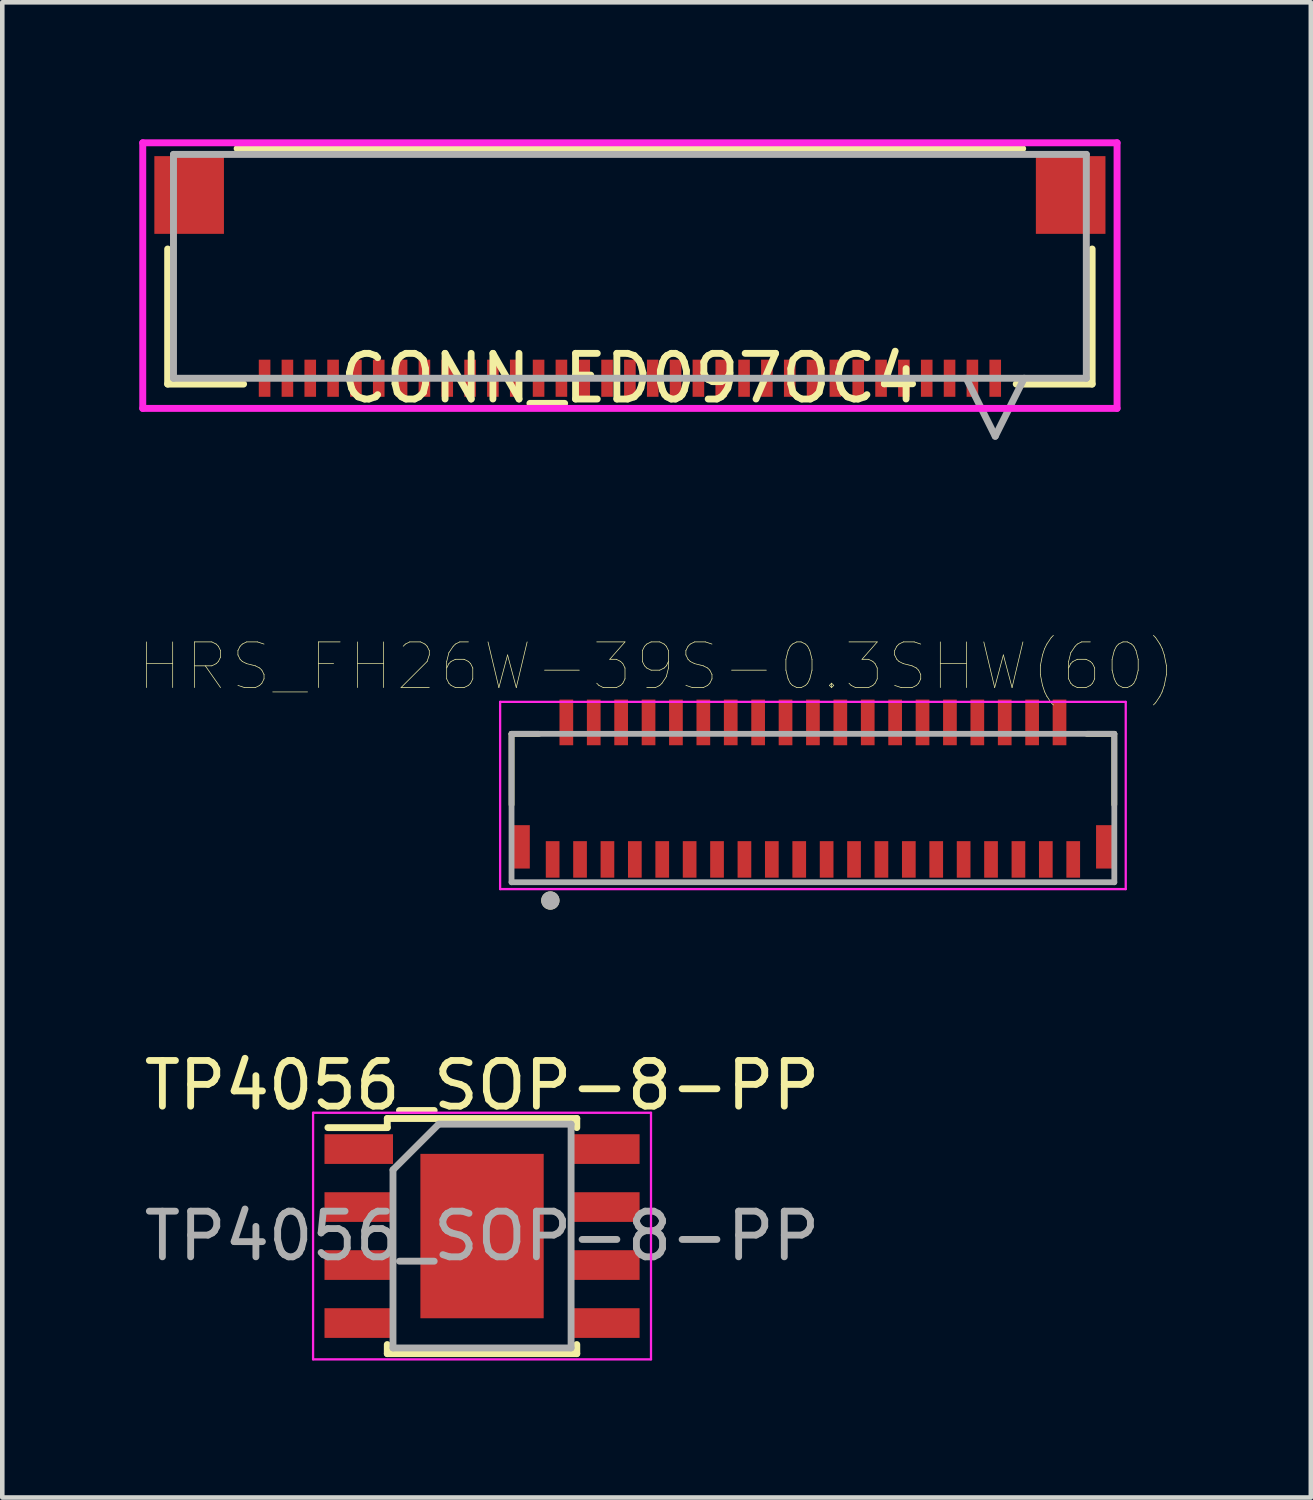
<source format=kicad_pcb>
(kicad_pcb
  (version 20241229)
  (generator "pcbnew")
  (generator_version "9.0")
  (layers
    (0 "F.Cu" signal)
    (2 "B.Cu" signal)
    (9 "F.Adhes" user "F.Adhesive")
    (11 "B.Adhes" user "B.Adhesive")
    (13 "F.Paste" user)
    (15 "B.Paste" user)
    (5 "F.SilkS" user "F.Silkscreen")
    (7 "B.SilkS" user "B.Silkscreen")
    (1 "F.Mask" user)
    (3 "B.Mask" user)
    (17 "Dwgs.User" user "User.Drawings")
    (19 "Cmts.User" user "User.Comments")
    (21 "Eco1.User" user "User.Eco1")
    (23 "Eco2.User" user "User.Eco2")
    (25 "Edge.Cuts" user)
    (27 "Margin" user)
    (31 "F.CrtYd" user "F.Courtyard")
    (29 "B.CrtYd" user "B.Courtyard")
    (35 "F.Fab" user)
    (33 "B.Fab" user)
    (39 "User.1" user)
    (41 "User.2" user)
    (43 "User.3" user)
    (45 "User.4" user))
  (footprint "TP4056_SOP-8-PP"
    (layer "F.Cu")
    (at 7.506 24.018)
    (property "Reference" "TP4056_SOP-8-PP" (at 0 -3.3 0) (layer "F.SilkS") (effects (font (size 1 1) (thickness 0.15))))
    (attr smd)
    (fp_line (start -2.075 -2.575) (end -2.075 -2.375) (stroke (width 0.15) (type solid)) (layer "F.SilkS"))
    (fp_line (start -2.075 -2.575) (end 2.075 -2.575) (stroke (width 0.15) (type solid)) (layer "F.SilkS"))
    (fp_line (start -2.075 -2.375) (end -3.375 -2.375) (stroke (width 0.15) (type solid)) (layer "F.SilkS"))
    (fp_line (start -2.075 2.575) (end -2.075 2.375) (stroke (width 0.15) (type solid)) (layer "F.SilkS"))
    (fp_line (start -2.075 2.575) (end 2.075 2.575) (stroke (width 0.15) (type solid)) (layer "F.SilkS"))
    (fp_line (start 2.075 -2.575) (end 2.075 -2.375) (stroke (width 0.15) (type solid)) (layer "F.SilkS"))
    (fp_line (start 2.075 2.575) (end 2.075 2.375) (stroke (width 0.15) (type solid)) (layer "F.SilkS"))
    (fp_line (start -3.7 -2.7) (end -3.7 2.7) (stroke (width 0.05) (type solid)) (layer "F.CrtYd"))
    (fp_line (start -3.7 -2.7) (end 3.7 -2.7) (stroke (width 0.05) (type solid)) (layer "F.CrtYd"))
    (fp_line (start -3.7 2.7) (end 3.7 2.7) (stroke (width 0.05) (type solid)) (layer "F.CrtYd"))
    (fp_line (start 3.7 -2.7) (end 3.7 2.7) (stroke (width 0.05) (type solid)) (layer "F.CrtYd"))
    (fp_line (start -1.95 -1.45) (end -0.95 -2.45) (stroke (width 0.15) (type solid)) (layer "F.Fab"))
    (fp_line (start -1.95 2.45) (end -1.95 -1.45) (stroke (width 0.15) (type solid)) (layer "F.Fab"))
    (fp_line (start -0.95 -2.45) (end 1.95 -2.45) (stroke (width 0.15) (type solid)) (layer "F.Fab"))
    (fp_line (start 1.95 -2.45) (end 1.95 2.45) (stroke (width 0.15) (type solid)) (layer "F.Fab"))
    (fp_line (start 1.95 2.45) (end -1.95 2.45) (stroke (width 0.15) (type solid)) (layer "F.Fab"))
    (fp_text user "${REFERENCE}" (at 0 0 0) (layer "F.Fab") (effects (font (size 1 1) (thickness 0.15))))
    (pad "1" smd rect (at -2.7 -1.905) (size 1.5 0.65) (layers "F.Cu" "F.Mask" "F.Paste"))
    (pad "2" smd rect (at -2.7 -0.635) (size 1.5 0.65) (layers "F.Cu" "F.Mask" "F.Paste"))
    (pad "3" smd rect (at -2.7 0.635) (size 1.5 0.65) (layers "F.Cu" "F.Mask" "F.Paste"))
    (pad "4" smd rect (at -2.7 1.905) (size 1.5 0.65) (layers "F.Cu" "F.Mask" "F.Paste"))
    (pad "5" smd rect (at 2.7 1.905) (size 1.5 0.65) (layers "F.Cu" "F.Mask" "F.Paste"))
    (pad "6" smd rect (at 2.7 0.635) (size 1.5 0.65) (layers "F.Cu" "F.Mask" "F.Paste"))
    (pad "7" smd rect (at 2.7 -0.635) (size 1.5 0.65) (layers "F.Cu" "F.Mask" "F.Paste"))
    (pad "8" smd rect (at 2.7 -1.905) (size 1.5 0.65) (layers "F.Cu" "F.Mask" "F.Paste"))
    (pad "9" smd rect (at 0 0) (size 2.7 3.6) (layers "F.Cu" "F.Mask" "F.Paste")))
  (footprint "CONN_ED097OC4"
    (layer "F.Cu")
    (at 10.744 7.684)
    (property "Reference" "CONN_ED097OC4" (at 0 -2.451 0) (layer "F.SilkS") (effects (font (size 1 1) (thickness 0.15))))
    (attr smd)
    (fp_line (start -10.122 -5.281) (end -10.122 -2.324) (stroke (width 0.152) (type solid)) (layer "F.SilkS"))
    (fp_line (start -10.122 -2.324) (end -8.46 -2.324) (stroke (width 0.152) (type solid)) (layer "F.SilkS"))
    (fp_line (start 8.46 -2.324) (end 10.122 -2.324) (stroke (width 0.152) (type solid)) (layer "F.SilkS"))
    (fp_line (start 8.601 -7.48) (end -8.601 -7.48) (stroke (width 0.152) (type solid)) (layer "F.SilkS"))
    (fp_line (start 10.122 -2.324) (end 10.122 -5.281) (stroke (width 0.152) (type solid)) (layer "F.SilkS"))
    (fp_line (start -10.668 -7.607) (end -10.668 -1.791) (stroke (width 0.152) (type solid)) (layer "F.CrtYd"))
    (fp_line (start -10.668 -1.791) (end 10.668 -1.791) (stroke (width 0.152) (type solid)) (layer "F.CrtYd"))
    (fp_line (start 10.668 -7.607) (end -10.668 -7.607) (stroke (width 0.152) (type solid)) (layer "F.CrtYd"))
    (fp_line (start 10.668 -1.791) (end 10.668 -7.607) (stroke (width 0.152) (type solid)) (layer "F.CrtYd"))
    (fp_line (start -9.995 -7.353) (end -9.995 -2.451) (stroke (width 0.152) (type solid)) (layer "F.Fab"))
    (fp_line (start -9.995 -2.451) (end 9.995 -2.451) (stroke (width 0.152) (type solid)) (layer "F.Fab"))
    (fp_line (start 7.365 -2.451) (end 8 -1.181) (stroke (width 0.152) (type solid)) (layer "F.Fab"))
    (fp_line (start 8.635 -2.451) (end 8 -1.181) (stroke (width 0.152) (type solid)) (layer "F.Fab"))
    (fp_line (start 9.995 -7.353) (end -9.995 -7.353) (stroke (width 0.152) (type solid)) (layer "F.Fab"))
    (fp_line (start 9.995 -2.451) (end 9.995 -7.353) (stroke (width 0.152) (type solid)) (layer "F.Fab"))
    (pad "1" smd rect (at 8 -2.451 90) (size 0.813 0.254) (layers "F.Cu" "F.Mask" "F.Paste"))
    (pad "2" smd rect (at 7.5 -2.451 90) (size 0.813 0.254) (layers "F.Cu" "F.Mask" "F.Paste"))
    (pad "3" smd rect (at 7 -2.451 90) (size 0.813 0.254) (layers "F.Cu" "F.Mask" "F.Paste"))
    (pad "4" smd rect (at 6.5 -2.451 90) (size 0.813 0.254) (layers "F.Cu" "F.Mask" "F.Paste"))
    (pad "5" smd rect (at 6 -2.451 90) (size 0.813 0.254) (layers "F.Cu" "F.Mask" "F.Paste"))
    (pad "6" smd rect (at 5.5 -2.451 90) (size 0.813 0.254) (layers "F.Cu" "F.Mask" "F.Paste"))
    (pad "7" smd rect (at 5 -2.451 90) (size 0.813 0.254) (layers "F.Cu" "F.Mask" "F.Paste"))
    (pad "8" smd rect (at 4.5 -2.451 90) (size 0.813 0.254) (layers "F.Cu" "F.Mask" "F.Paste"))
    (pad "9" smd rect (at 4 -2.451 90) (size 0.813 0.254) (layers "F.Cu" "F.Mask" "F.Paste"))
    (pad "10" smd rect (at 3.5 -2.451 90) (size 0.813 0.254) (layers "F.Cu" "F.Mask" "F.Paste"))
    (pad "11" smd rect (at 3 -2.451 90) (size 0.813 0.254) (layers "F.Cu" "F.Mask" "F.Paste"))
    (pad "12" smd rect (at 2.5 -2.451 90) (size 0.813 0.254) (layers "F.Cu" "F.Mask" "F.Paste"))
    (pad "13" smd rect (at 2 -2.451 90) (size 0.813 0.254) (layers "F.Cu" "F.Mask" "F.Paste"))
    (pad "14" smd rect (at 1.5 -2.451 90) (size 0.813 0.254) (layers "F.Cu" "F.Mask" "F.Paste"))
    (pad "15" smd rect (at 1 -2.451 90) (size 0.813 0.254) (layers "F.Cu" "F.Mask" "F.Paste"))
    (pad "16" smd rect (at 0.5 -2.451 90) (size 0.813 0.254) (layers "F.Cu" "F.Mask" "F.Paste"))
    (pad "17" smd rect (at 0 -2.451 90) (size 0.813 0.254) (layers "F.Cu" "F.Mask" "F.Paste"))
    (pad "18" smd rect (at -0.5 -2.451 90) (size 0.813 0.254) (layers "F.Cu" "F.Mask" "F.Paste"))
    (pad "19" smd rect (at -1 -2.451 90) (size 0.813 0.254) (layers "F.Cu" "F.Mask" "F.Paste"))
    (pad "20" smd rect (at -1.5 -2.451 90) (size 0.813 0.254) (layers "F.Cu" "F.Mask" "F.Paste"))
    (pad "21" smd rect (at -2 -2.451 90) (size 0.813 0.254) (layers "F.Cu" "F.Mask" "F.Paste"))
    (pad "22" smd rect (at -2.5 -2.451 90) (size 0.813 0.254) (layers "F.Cu" "F.Mask" "F.Paste"))
    (pad "23" smd rect (at -3 -2.451 90) (size 0.813 0.254) (layers "F.Cu" "F.Mask" "F.Paste"))
    (pad "24" smd rect (at -3.5 -2.451 90) (size 0.813 0.254) (layers "F.Cu" "F.Mask" "F.Paste"))
    (pad "25" smd rect (at -4 -2.451 90) (size 0.813 0.254) (layers "F.Cu" "F.Mask" "F.Paste"))
    (pad "26" smd rect (at -4.5 -2.451 90) (size 0.813 0.254) (layers "F.Cu" "F.Mask" "F.Paste"))
    (pad "27" smd rect (at -5 -2.451 90) (size 0.813 0.254) (layers "F.Cu" "F.Mask" "F.Paste"))
    (pad "28" smd rect (at -5.5 -2.451 90) (size 0.813 0.254) (layers "F.Cu" "F.Mask" "F.Paste"))
    (pad "29" smd rect (at -6 -2.451 90) (size 0.813 0.254) (layers "F.Cu" "F.Mask" "F.Paste"))
    (pad "30" smd rect (at -6.5 -2.451 90) (size 0.813 0.254) (layers "F.Cu" "F.Mask" "F.Paste"))
    (pad "31" smd rect (at -7 -2.451 90) (size 0.813 0.254) (layers "F.Cu" "F.Mask" "F.Paste"))
    (pad "32" smd rect (at -7.5 -2.451 90) (size 0.813 0.254) (layers "F.Cu" "F.Mask" "F.Paste"))
    (pad "33" smd rect (at -8 -2.451 90) (size 0.813 0.254) (layers "F.Cu" "F.Mask" "F.Paste"))
    (pad "34" smd rect (at -9.652 -6.464) (size 1.524 1.702) (layers "F.Cu" "F.Mask" "F.Paste"))
    (pad "35" smd rect (at 9.652 -6.464) (size 1.524 1.702) (layers "F.Cu" "F.Mask" "F.Paste")))
  (footprint "HRS_FH26W-39S-0.3SHW(60)"
    (layer "F.Cu")
    (at 14.752 14.37)
    (property "Reference" "HRS_FH26W-39S-0.3SHW(60)" (at -3.425 -2.825 0) (layer "F.SilkS") (effects (font (size 1 1) (thickness 0.015))))
    (attr through_hole)
    (fp_line (start -6.6 -1.35) (end -6 -1.35) (stroke (width 0.127) (type solid)) (layer "F.SilkS"))
    (fp_line (start -6.6 0.2) (end -6.6 -1.35) (stroke (width 0.127) (type solid)) (layer "F.SilkS"))
    (fp_line (start 6.6 -1.35) (end 6 -1.35) (stroke (width 0.127) (type solid)) (layer "F.SilkS"))
    (fp_line (start 6.6 0.2) (end 6.6 -1.35) (stroke (width 0.127) (type solid)) (layer "F.SilkS"))
    (fp_circle (center -5.75 2.3) (end -5.65 2.3) (stroke (width 0.2) (type solid)) (fill no) (layer "F.SilkS"))
    (fp_line (start -6.85 -2.05) (end 6.85 -2.05) (stroke (width 0.05) (type solid)) (layer "F.CrtYd"))
    (fp_line (start -6.85 2.05) (end -6.85 -2.05) (stroke (width 0.05) (type solid)) (layer "F.CrtYd"))
    (fp_line (start 6.85 -2.05) (end 6.85 2.05) (stroke (width 0.05) (type solid)) (layer "F.CrtYd"))
    (fp_line (start 6.85 2.05) (end -6.85 2.05) (stroke (width 0.05) (type solid)) (layer "F.CrtYd"))
    (fp_line (start -6.6 -1.35) (end 6.6 -1.35) (stroke (width 0.127) (type solid)) (layer "F.Fab"))
    (fp_line (start -6.6 1.9) (end -6.6 -1.35) (stroke (width 0.127) (type solid)) (layer "F.Fab"))
    (fp_line (start 6.6 -1.35) (end 6.6 1.9) (stroke (width 0.127) (type solid)) (layer "F.Fab"))
    (fp_line (start 6.6 1.9) (end -6.6 1.9) (stroke (width 0.127) (type solid)) (layer "F.Fab"))
    (fp_circle (center -5.75 2.3) (end -5.65 2.3) (stroke (width 0.2) (type solid)) (fill no) (layer "F.Fab"))
    (pad "1" smd rect (at -5.7 1.4) (size 0.3 0.8) (layers "F.Cu" "F.Mask" "F.Paste"))
    (pad "2" smd rect (at -5.4 -1.6) (size 0.3 1) (layers "F.Cu" "F.Mask" "F.Paste"))
    (pad "3" smd rect (at -5.1 1.4) (size 0.3 0.8) (layers "F.Cu" "F.Mask" "F.Paste"))
    (pad "4" smd rect (at -4.8 -1.6) (size 0.3 1) (layers "F.Cu" "F.Mask" "F.Paste"))
    (pad "5" smd rect (at -4.5 1.4) (size 0.3 0.8) (layers "F.Cu" "F.Mask" "F.Paste"))
    (pad "6" smd rect (at -4.2 -1.6) (size 0.3 1) (layers "F.Cu" "F.Mask" "F.Paste"))
    (pad "7" smd rect (at -3.9 1.4) (size 0.3 0.8) (layers "F.Cu" "F.Mask" "F.Paste"))
    (pad "8" smd rect (at -3.6 -1.6) (size 0.3 1) (layers "F.Cu" "F.Mask" "F.Paste"))
    (pad "9" smd rect (at -3.3 1.4) (size 0.3 0.8) (layers "F.Cu" "F.Mask" "F.Paste"))
    (pad "10" smd rect (at -3 -1.6) (size 0.3 1) (layers "F.Cu" "F.Mask" "F.Paste"))
    (pad "11" smd rect (at -2.7 1.4) (size 0.3 0.8) (layers "F.Cu" "F.Mask" "F.Paste"))
    (pad "12" smd rect (at -2.4 -1.6) (size 0.3 1) (layers "F.Cu" "F.Mask" "F.Paste"))
    (pad "13" smd rect (at -2.1 1.4) (size 0.3 0.8) (layers "F.Cu" "F.Mask" "F.Paste"))
    (pad "14" smd rect (at -1.8 -1.6) (size 0.3 1) (layers "F.Cu" "F.Mask" "F.Paste"))
    (pad "15" smd rect (at -1.5 1.4) (size 0.3 0.8) (layers "F.Cu" "F.Mask" "F.Paste"))
    (pad "16" smd rect (at -1.2 -1.6) (size 0.3 1) (layers "F.Cu" "F.Mask" "F.Paste"))
    (pad "17" smd rect (at -0.9 1.4) (size 0.3 0.8) (layers "F.Cu" "F.Mask" "F.Paste"))
    (pad "18" smd rect (at -0.6 -1.6) (size 0.3 1) (layers "F.Cu" "F.Mask" "F.Paste"))
    (pad "19" smd rect (at -0.3 1.4) (size 0.3 0.8) (layers "F.Cu" "F.Mask" "F.Paste"))
    (pad "20" smd rect (at 0 -1.6) (size 0.3 1) (layers "F.Cu" "F.Mask" "F.Paste"))
    (pad "21" smd rect (at 0.3 1.4) (size 0.3 0.8) (layers "F.Cu" "F.Mask" "F.Paste"))
    (pad "22" smd rect (at 0.6 -1.6) (size 0.3 1) (layers "F.Cu" "F.Mask" "F.Paste"))
    (pad "23" smd rect (at 0.9 1.4) (size 0.3 0.8) (layers "F.Cu" "F.Mask" "F.Paste"))
    (pad "24" smd rect (at 1.2 -1.6) (size 0.3 1) (layers "F.Cu" "F.Mask" "F.Paste"))
    (pad "25" smd rect (at 1.5 1.4) (size 0.3 0.8) (layers "F.Cu" "F.Mask" "F.Paste"))
    (pad "26" smd rect (at 1.8 -1.6) (size 0.3 1) (layers "F.Cu" "F.Mask" "F.Paste"))
    (pad "27" smd rect (at 2.1 1.4) (size 0.3 0.8) (layers "F.Cu" "F.Mask" "F.Paste"))
    (pad "28" smd rect (at 2.4 -1.6) (size 0.3 1) (layers "F.Cu" "F.Mask" "F.Paste"))
    (pad "29" smd rect (at 2.7 1.4) (size 0.3 0.8) (layers "F.Cu" "F.Mask" "F.Paste"))
    (pad "30" smd rect (at 3 -1.6) (size 0.3 1) (layers "F.Cu" "F.Mask" "F.Paste"))
    (pad "31" smd rect (at 3.3 1.4) (size 0.3 0.8) (layers "F.Cu" "F.Mask" "F.Paste"))
    (pad "32" smd rect (at 3.6 -1.6) (size 0.3 1) (layers "F.Cu" "F.Mask" "F.Paste"))
    (pad "33" smd rect (at 3.9 1.4) (size 0.3 0.8) (layers "F.Cu" "F.Mask" "F.Paste"))
    (pad "34" smd rect (at 4.2 -1.6) (size 0.3 1) (layers "F.Cu" "F.Mask" "F.Paste"))
    (pad "35" smd rect (at 4.5 1.4) (size 0.3 0.8) (layers "F.Cu" "F.Mask" "F.Paste"))
    (pad "36" smd rect (at 4.8 -1.6) (size 0.3 1) (layers "F.Cu" "F.Mask" "F.Paste"))
    (pad "37" smd rect (at 5.1 1.4) (size 0.3 0.8) (layers "F.Cu" "F.Mask" "F.Paste"))
    (pad "38" smd rect (at 5.4 -1.6) (size 0.3 1) (layers "F.Cu" "F.Mask" "F.Paste"))
    (pad "39" smd rect (at 5.7 1.4) (size 0.3 0.8) (layers "F.Cu" "F.Mask" "F.Paste"))
    (pad "S1" smd rect (at -6.4 1.125) (size 0.4 0.95) (layers "F.Cu" "F.Mask" "F.Paste"))
    (pad "S2" smd rect (at 6.4 1.125) (size 0.4 0.95) (layers "F.Cu" "F.Mask" "F.Paste")))
  (gr_rect
    (start -3 -3)
    (end 25.655 29.743)
    (stroke (width 0.1) (type default))
    (fill no)
    (layer "Edge.Cuts")))
</source>
